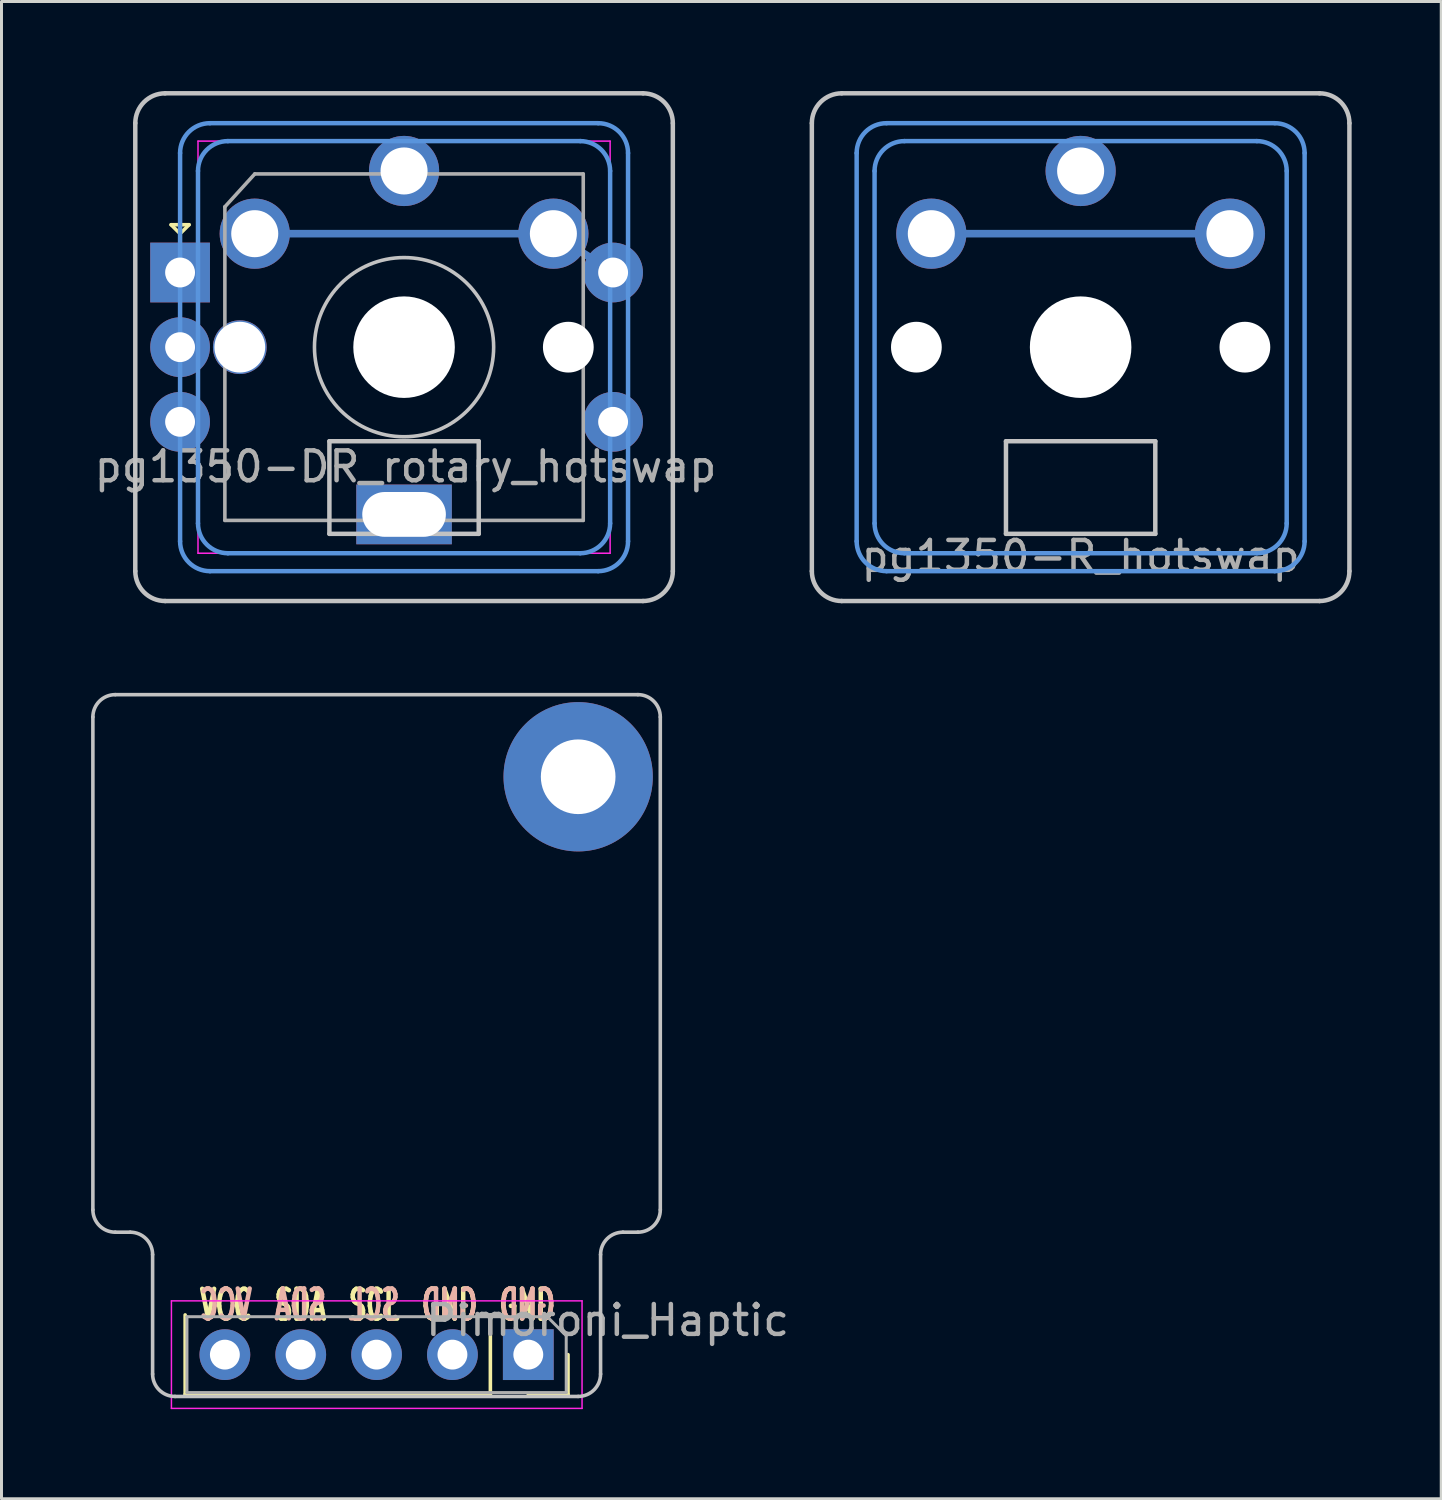
<source format=kicad_pcb>
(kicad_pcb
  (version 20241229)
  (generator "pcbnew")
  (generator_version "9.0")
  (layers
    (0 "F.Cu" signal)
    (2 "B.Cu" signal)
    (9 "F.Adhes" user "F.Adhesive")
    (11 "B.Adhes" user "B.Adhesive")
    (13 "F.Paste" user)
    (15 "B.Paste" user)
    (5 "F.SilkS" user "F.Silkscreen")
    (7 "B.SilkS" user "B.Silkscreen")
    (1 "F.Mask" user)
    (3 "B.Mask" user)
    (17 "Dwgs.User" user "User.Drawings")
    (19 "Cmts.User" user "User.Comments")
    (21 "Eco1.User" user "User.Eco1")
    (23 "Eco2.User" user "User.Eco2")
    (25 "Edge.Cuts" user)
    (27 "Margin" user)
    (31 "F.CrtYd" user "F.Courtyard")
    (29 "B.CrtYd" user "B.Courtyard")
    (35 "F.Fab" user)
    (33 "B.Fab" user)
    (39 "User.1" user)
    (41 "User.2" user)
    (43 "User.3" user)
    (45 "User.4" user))
  (footprint "Pimoroni_Haptic"
    (layer "F.Cu")
    (at 9.56 31.21)
    (property "Reference" "Pimoroni_Haptic" (at 7.735 9.95 180) (layer "F.Fab") (effects (font (size 1 1) (thickness 0.15))))
    (attr through_hole)
    (fp_line (start -6.41 9.77) (end -6.41 12.43) (stroke (width 0.12) (type solid)) (layer "F.SilkS"))
    (fp_line (start 3.81 9.77) (end 3.81 12.43) (stroke (width 0.12) (type solid)) (layer "F.SilkS"))
    (fp_line (start 3.81 12.43) (end -6.41 12.43) (stroke (width 0.12) (type solid)) (layer "F.SilkS"))
    (fp_line (start 5.08 12.43) (end 6.41 12.43) (stroke (width 0.12) (type solid)) (layer "F.SilkS"))
    (fp_line (start 6.41 11.1) (end 6.41 12.43) (stroke (width 0.12) (type solid)) (layer "F.SilkS"))
    (fp_line (start -9.5 -10.25) (end -9.5 6.25) (stroke (width 0.12) (type solid)) (layer "Dwgs.User"))
    (fp_line (start -8.25 7) (end -8.75 7) (stroke (width 0.12) (type solid)) (layer "Dwgs.User"))
    (fp_line (start -7.5 11.75) (end -7.5 7.75) (stroke (width 0.12) (type solid)) (layer "Dwgs.User"))
    (fp_line (start -6.75 12.5) (end 6.75 12.5) (stroke (width 0.12) (type solid)) (layer "Dwgs.User"))
    (fp_line (start 7.5 11.75) (end 7.5 7.75) (stroke (width 0.12) (type solid)) (layer "Dwgs.User"))
    (fp_line (start 8.25 7) (end 8.75 7) (stroke (width 0.12) (type solid)) (layer "Dwgs.User"))
    (fp_line (start 8.75 -11) (end -8.75 -11) (stroke (width 0.12) (type solid)) (layer "Dwgs.User"))
    (fp_line (start 9.5 -10.25) (end 9.5 6.25) (stroke (width 0.12) (type solid)) (layer "Dwgs.User"))
    (fp_arc (start -9.5 -10.25) (mid -9.28033 -10.78033) (end -8.75 -11) (stroke (width 0.12) (type solid)) (layer "Dwgs.User"))
    (fp_arc (start -8.75 7) (mid -9.28033 6.78033) (end -9.5 6.25) (stroke (width 0.12) (type solid)) (layer "Dwgs.User"))
    (fp_arc (start -8.25 7) (mid -7.71967 7.21967) (end -7.5 7.75) (stroke (width 0.12) (type solid)) (layer "Dwgs.User"))
    (fp_arc (start -6.75 12.5) (mid -7.28033 12.28033) (end -7.5 11.75) (stroke (width 0.12) (type solid)) (layer "Dwgs.User"))
    (fp_arc (start 7.5 7.75) (mid 7.71967 7.21967) (end 8.25 7) (stroke (width 0.12) (type solid)) (layer "Dwgs.User"))
    (fp_arc (start 7.5 11.75) (mid 7.28033 12.28033) (end 6.75 12.5) (stroke (width 0.12) (type solid)) (layer "Dwgs.User"))
    (fp_arc (start 8.75 -11) (mid 9.28033 -10.78033) (end 9.5 -10.25) (stroke (width 0.12) (type solid)) (layer "Dwgs.User"))
    (fp_arc (start 9.5 6.25) (mid 9.28033 6.78033) (end 8.75 7) (stroke (width 0.12) (type solid)) (layer "Dwgs.User"))
    (fp_line (start -6.87 9.3) (end -6.87 12.9) (stroke (width 0.05) (type solid)) (layer "F.CrtYd"))
    (fp_line (start -6.87 12.9) (end 6.88 12.9) (stroke (width 0.05) (type solid)) (layer "F.CrtYd"))
    (fp_line (start 6.88 9.3) (end -6.87 9.3) (stroke (width 0.05) (type solid)) (layer "F.CrtYd"))
    (fp_line (start 6.88 12.9) (end 6.88 9.3) (stroke (width 0.05) (type solid)) (layer "F.CrtYd"))
    (fp_line (start -6.35 9.83) (end 5.715 9.83) (stroke (width 0.1) (type solid)) (layer "F.Fab"))
    (fp_line (start -6.35 12.37) (end -6.35 9.83) (stroke (width 0.1) (type solid)) (layer "F.Fab"))
    (fp_line (start 5.715 9.83) (end 6.35 10.465) (stroke (width 0.1) (type solid)) (layer "F.Fab"))
    (fp_line (start 6.35 10.465) (end 6.35 12.37) (stroke (width 0.1) (type solid)) (layer "F.Fab"))
    (fp_line (start 6.35 12.37) (end -6.35 12.37) (stroke (width 0.1) (type solid)) (layer "F.Fab"))
    (fp_text user "SDA" (at -2.55 9.44 0) (layer "F.SilkS") (effects (font (size 1 0.6) (thickness 0.15))))
    (fp_text user "VCC" (at -5.04 9.44 0) (layer "F.SilkS") (effects (font (size 1 0.6) (thickness 0.15))))
    (fp_text user "SCL" (at -0.083 9.44 0) (layer "F.SilkS") (effects (font (size 1 0.6) (thickness 0.15))))
    (fp_text user "GND" (at 5.04 9.44 0) (layer "F.SilkS") (effects (font (size 1 0.6) (thickness 0.15))))
    (fp_text user "GND" (at 2.443 9.44 0) (layer "F.SilkS") (effects (font (size 1 0.6) (thickness 0.15))))
    (fp_text user "SDA" (at -2.555 9.43 0) (layer "B.SilkS") (effects (font (size 1 0.6) (thickness 0.15)) (justify mirror)))
    (fp_text user "VCC" (at -5.05 9.43 0) (layer "B.SilkS") (effects (font (size 1 0.6) (thickness 0.15)) (justify mirror)))
    (fp_text user "GND" (at 2.448 9.43 0) (layer "B.SilkS") (effects (font (size 1 0.6) (thickness 0.15)) (justify mirror)))
    (fp_text user "SCL" (at -0.083 9.43 0) (layer "B.SilkS") (effects (font (size 1 0.6) (thickness 0.15)) (justify mirror)))
    (fp_text user "GND" (at 5.05 9.43 0) (layer "B.SilkS") (effects (font (size 1 0.6) (thickness 0.15)) (justify mirror)))
    (pad "" thru_hole circle (at 6.75 -8.25) (size 5 5) (drill 2.5) (layers "*.Cu" "*.Mask"))
    (pad "1" thru_hole rect (at 5.08 11.1 270) (size 1.7 1.7) (drill 1) (layers "*.Cu" "*.Mask"))
    (pad "2" thru_hole oval (at 2.54 11.1 270) (size 1.7 1.7) (drill 1) (layers "*.Cu" "*.Mask"))
    (pad "3" thru_hole oval (at 0 11.1 270) (size 1.7 1.7) (drill 1) (layers "*.Cu" "*.Mask"))
    (pad "4" thru_hole oval (at -2.54 11.1 270) (size 1.7 1.7) (drill 1) (layers "*.Cu" "*.Mask"))
    (pad "5" thru_hole oval (at -5.08 11.1 270) (size 1.7 1.7) (drill 1) (layers "*.Cu" "*.Mask")))
  (footprint "pg1350-R_hotswap"
    (layer "F.Cu")
    (at 33.135 8.575)
    (property "Reference" "pg1350-R_hotswap" (at 0 7 180) (layer "F.Fab") (effects (font (size 1 1) (thickness 0.15))))
    (attr through_hole)
    (fp_line (start -9 7.5) (end -9 -7.5) (stroke (width 0.15) (type solid)) (layer "Dwgs.User"))
    (fp_line (start -8 -8.5) (end 8 -8.5) (stroke (width 0.15) (type solid)) (layer "Dwgs.User"))
    (fp_line (start -2.5 3.15) (end -2.5 6.25) (stroke (width 0.15) (type solid)) (layer "Dwgs.User"))
    (fp_line (start -2.5 6.25) (end 2.5 6.25) (stroke (width 0.15) (type solid)) (layer "Dwgs.User"))
    (fp_line (start 2.5 3.15) (end -2.5 3.15) (stroke (width 0.15) (type solid)) (layer "Dwgs.User"))
    (fp_line (start 2.5 6.25) (end 2.5 3.15) (stroke (width 0.15) (type solid)) (layer "Dwgs.User"))
    (fp_line (start 8 8.5) (end -8 8.5) (stroke (width 0.15) (type solid)) (layer "Dwgs.User"))
    (fp_line (start 9 -7.5) (end 9 7.5) (stroke (width 0.15) (type solid)) (layer "Dwgs.User"))
    (fp_arc (start -9 -7.5) (mid -8.707107 -8.207107) (end -8 -8.5) (stroke (width 0.15) (type solid)) (layer "Dwgs.User"))
    (fp_arc (start -8 8.5) (mid -8.707107 8.207107) (end -9 7.5) (stroke (width 0.15) (type solid)) (layer "Dwgs.User"))
    (fp_arc (start 8 -8.5) (mid 8.707107 -8.207107) (end 9 -7.5) (stroke (width 0.15) (type solid)) (layer "Dwgs.User"))
    (fp_arc (start 9 7.5) (mid 8.707107 8.207107) (end 8 8.5) (stroke (width 0.15) (type solid)) (layer "Dwgs.User"))
    (fp_line (start -7.5 6.5) (end -7.5 -6.5) (stroke (width 0.15) (type solid)) (layer "Cmts.User"))
    (fp_line (start -6.9 5.9) (end -6.9 -5.9) (stroke (width 0.15) (type solid)) (layer "Cmts.User"))
    (fp_line (start -6.5 -7.5) (end 6.5 -7.5) (stroke (width 0.15) (type solid)) (layer "Cmts.User"))
    (fp_line (start -5.9 -6.9) (end 5.9 -6.9) (stroke (width 0.15) (type solid)) (layer "Cmts.User"))
    (fp_line (start 5.9 6.9) (end -5.9 6.9) (stroke (width 0.15) (type solid)) (layer "Cmts.User"))
    (fp_line (start 6.5 7.5) (end -6.5 7.5) (stroke (width 0.15) (type solid)) (layer "Cmts.User"))
    (fp_line (start 6.9 -5.9) (end 6.9 5.9) (stroke (width 0.15) (type solid)) (layer "Cmts.User"))
    (fp_line (start 7.5 -6.5) (end 7.5 6.5) (stroke (width 0.15) (type solid)) (layer "Cmts.User"))
    (fp_arc (start -7.5 -6.5) (mid -7.207107 -7.207107) (end -6.5 -7.5) (stroke (width 0.15) (type solid)) (layer "Cmts.User"))
    (fp_arc (start -6.9 -5.9) (mid -6.607107 -6.607107) (end -5.9 -6.9) (stroke (width 0.15) (type solid)) (layer "Cmts.User"))
    (fp_arc (start -6.5 7.5) (mid -7.207107 7.207107) (end -7.5 6.5) (stroke (width 0.15) (type solid)) (layer "Cmts.User"))
    (fp_arc (start -5.9 6.9) (mid -6.607107 6.607107) (end -6.9 5.9) (stroke (width 0.15) (type solid)) (layer "Cmts.User"))
    (fp_arc (start 5.9 -6.9) (mid 6.607107 -6.607107) (end 6.9 -5.9) (stroke (width 0.15) (type solid)) (layer "Cmts.User"))
    (fp_arc (start 6.5 -7.5) (mid 7.207107 -7.207107) (end 7.5 -6.5) (stroke (width 0.15) (type solid)) (layer "Cmts.User"))
    (fp_arc (start 6.9 5.9) (mid 6.607107 6.607107) (end 5.9 6.9) (stroke (width 0.15) (type solid)) (layer "Cmts.User"))
    (fp_arc (start 7.5 6.5) (mid 7.207107 7.207107) (end 6.5 7.5) (stroke (width 0.15) (type solid)) (layer "Cmts.User"))
    (fp_line (start -8.75 7.25) (end -8.75 -7.25) (stroke (width 0.15) (type solid)) (layer "Eco2.User"))
    (fp_line (start -7.75 -8.25) (end 7.75 -8.25) (stroke (width 0.15) (type solid)) (layer "Eco2.User"))
    (fp_line (start 7.75 8.25) (end -7.75 8.25) (stroke (width 0.15) (type solid)) (layer "Eco2.User"))
    (fp_line (start 8.75 7.25) (end 8.75 -7.25) (stroke (width 0.15) (type solid)) (layer "Eco2.User"))
    (fp_arc (start -8.75 -7.25) (mid -8.457106 -7.957106) (end -7.75 -8.25) (stroke (width 0.15) (type solid)) (layer "Eco2.User"))
    (fp_arc (start -7.75 8.25) (mid -8.457106 7.957106) (end -8.75 7.25) (stroke (width 0.15) (type solid)) (layer "Eco2.User"))
    (fp_arc (start 7.75 -8.25) (mid 8.457106 -7.957106) (end 8.75 -7.25) (stroke (width 0.15) (type solid)) (layer "Eco2.User"))
    (fp_arc (start 8.75 7.25) (mid 8.457106 7.957106) (end 7.75 8.25) (stroke (width 0.15) (type solid)) (layer "Eco2.User"))
    (pad "" np_thru_hole circle (at -5.5 0) (size 1.7 1.7) (drill 1.7) (layers "*.Cu" "*.Mask"))
    (pad "" np_thru_hole circle (at 0 0) (size 3.4 3.4) (drill 3.4) (layers "*.Cu" "*.Mask"))
    (pad "" np_thru_hole circle (at 5.5 0) (size 1.7 1.7) (drill 1.7) (layers "*.Cu" "*.Mask"))
    (pad "1" thru_hole circle (at 0 -5.9) (size 2.35 2.35) (drill 1.575) (layers "*.Cu" "*.Mask"))
    (pad "2" connect custom (at -5 -3.8) (size 0.9 0.9) (layers "B.Cu") (options (anchor circle)) (primitives (gr_line (start 0 0) (end 10 0) (width 0.254))))
    (pad "2" thru_hole circle (at -5 -3.8) (size 2.35 2.35) (drill 1.575) (layers "*.Cu" "F.Mask"))
    (pad "2" thru_hole circle (at 5 -3.8) (size 2.35 2.35) (drill 1.575) (layers "*.Cu" "B.Mask")))
  (footprint "pg1350-DR_rotary_hotswap"
    (layer "F.Cu")
    (at 10.48 13.075)
    (property "Reference" "pg1350-DR_rotary_hotswap" (at 0.05 -0.5 0) (layer "F.Fab") (effects (font (size 1 1) (thickness 0.15))))
    (attr through_hole)
    (fp_line (start -7.8 -8.6) (end -7.2 -8.6) (stroke (width 0.12) (type solid)) (layer "F.SilkS"))
    (fp_line (start -7.5 -8.3) (end -7.8 -8.6) (stroke (width 0.12) (type solid)) (layer "F.SilkS"))
    (fp_line (start -7.2 -8.6) (end -7.5 -8.3) (stroke (width 0.12) (type solid)) (layer "F.SilkS"))
    (fp_line (start -9 3) (end -9 -12) (stroke (width 0.15) (type solid)) (layer "Dwgs.User"))
    (fp_line (start -8 -13) (end 8 -13) (stroke (width 0.15) (type solid)) (layer "Dwgs.User"))
    (fp_line (start -2.5 -1.35) (end -2.5 1.75) (stroke (width 0.15) (type solid)) (layer "Dwgs.User"))
    (fp_line (start -2.5 1.75) (end 2.5 1.75) (stroke (width 0.15) (type solid)) (layer "Dwgs.User"))
    (fp_line (start 2.5 -1.35) (end -2.5 -1.35) (stroke (width 0.15) (type solid)) (layer "Dwgs.User"))
    (fp_line (start 2.5 1.75) (end 2.5 -1.35) (stroke (width 0.15) (type solid)) (layer "Dwgs.User"))
    (fp_line (start 8 4) (end -8 4) (stroke (width 0.15) (type solid)) (layer "Dwgs.User"))
    (fp_line (start 9 -12) (end 9 3) (stroke (width 0.15) (type solid)) (layer "Dwgs.User"))
    (fp_arc (start -9 -12) (mid -8.707107 -12.707107) (end -8 -13) (stroke (width 0.15) (type solid)) (layer "Dwgs.User"))
    (fp_arc (start -8 4) (mid -8.707107 3.707107) (end -9 3) (stroke (width 0.15) (type solid)) (layer "Dwgs.User"))
    (fp_arc (start 8 -13) (mid 8.707107 -12.707107) (end 9 -12) (stroke (width 0.15) (type solid)) (layer "Dwgs.User"))
    (fp_arc (start 9 3) (mid 8.707107 3.707107) (end 8 4) (stroke (width 0.15) (type solid)) (layer "Dwgs.User"))
    (fp_circle (center 0 -4.5) (end 3 -4.5) (stroke (width 0.12) (type solid)) (fill no) (layer "Dwgs.User"))
    (fp_line (start -7.5 2) (end -7.5 -11) (stroke (width 0.15) (type solid)) (layer "Cmts.User"))
    (fp_line (start -6.9 1.4) (end -6.9 -10.4) (stroke (width 0.15) (type solid)) (layer "Cmts.User"))
    (fp_line (start -6.5 -12) (end 6.5 -12) (stroke (width 0.15) (type solid)) (layer "Cmts.User"))
    (fp_line (start -5.9 -11.4) (end 5.9 -11.4) (stroke (width 0.15) (type solid)) (layer "Cmts.User"))
    (fp_line (start 5.9 2.4) (end -5.9 2.4) (stroke (width 0.15) (type solid)) (layer "Cmts.User"))
    (fp_line (start 6.5 3) (end -6.5 3) (stroke (width 0.15) (type solid)) (layer "Cmts.User"))
    (fp_line (start 6.9 -10.4) (end 6.9 1.4) (stroke (width 0.15) (type solid)) (layer "Cmts.User"))
    (fp_line (start 7.5 -11) (end 7.5 2) (stroke (width 0.15) (type solid)) (layer "Cmts.User"))
    (fp_arc (start -7.5 -11) (mid -7.207107 -11.707107) (end -6.5 -12) (stroke (width 0.15) (type solid)) (layer "Cmts.User"))
    (fp_arc (start -6.9 -10.4) (mid -6.607107 -11.107107) (end -5.9 -11.4) (stroke (width 0.15) (type solid)) (layer "Cmts.User"))
    (fp_arc (start -6.5 3) (mid -7.207107 2.707107) (end -7.5 2) (stroke (width 0.15) (type solid)) (layer "Cmts.User"))
    (fp_arc (start -5.9 2.4) (mid -6.607107 2.107107) (end -6.9 1.4) (stroke (width 0.15) (type solid)) (layer "Cmts.User"))
    (fp_arc (start 5.9 -11.4) (mid 6.607107 -11.107107) (end 6.9 -10.4) (stroke (width 0.15) (type solid)) (layer "Cmts.User"))
    (fp_arc (start 6.5 -12) (mid 7.207107 -11.707107) (end 7.5 -11) (stroke (width 0.15) (type solid)) (layer "Cmts.User"))
    (fp_arc (start 6.9 1.4) (mid 6.607107 2.107107) (end 5.9 2.4) (stroke (width 0.15) (type solid)) (layer "Cmts.User"))
    (fp_arc (start 7.5 2) (mid 7.207107 2.707107) (end 6.5 3) (stroke (width 0.15) (type solid)) (layer "Cmts.User"))
    (fp_line (start -8.707 2.793) (end -8.707 -11.707) (stroke (width 0.15) (type solid)) (layer "Eco2.User"))
    (fp_line (start -7.707 -12.707) (end 7.793 -12.707) (stroke (width 0.15) (type solid)) (layer "Eco2.User"))
    (fp_line (start 7.793 3.793) (end -7.707 3.793) (stroke (width 0.15) (type solid)) (layer "Eco2.User"))
    (fp_line (start 8.793 2.793) (end 8.793 -11.707) (stroke (width 0.15) (type solid)) (layer "Eco2.User"))
    (fp_arc (start -8.707107 -11.707106) (mid -8.414213 -12.414212) (end -7.707107 -12.707106) (stroke (width 0.15) (type solid)) (layer "Eco2.User"))
    (fp_arc (start -7.707107 3.792894) (mid -8.414213 3.5) (end -8.707107 2.792894) (stroke (width 0.15) (type solid)) (layer "Eco2.User"))
    (fp_arc (start 7.792893 -12.707106) (mid 8.499999 -12.414212) (end 8.792893 -11.707106) (stroke (width 0.15) (type solid)) (layer "Eco2.User"))
    (fp_arc (start 8.792893 2.792894) (mid 8.499999 3.5) (end 7.792893 3.792894) (stroke (width 0.15) (type solid)) (layer "Eco2.User"))
    (fp_line (start -6.9 -11.4) (end -6.9 2.4) (stroke (width 0.05) (type solid)) (layer "F.CrtYd"))
    (fp_line (start -6.9 -11.4) (end 6.9 -11.4) (stroke (width 0.05) (type solid)) (layer "F.CrtYd"))
    (fp_line (start 6.9 2.4) (end -6.9 2.4) (stroke (width 0.05) (type solid)) (layer "F.CrtYd"))
    (fp_line (start 6.9 2.4) (end 6.9 -11.4) (stroke (width 0.05) (type solid)) (layer "F.CrtYd"))
    (fp_line (start -6 -9.2) (end -5 -10.3) (stroke (width 0.12) (type solid)) (layer "F.Fab"))
    (fp_line (start -6 1.3) (end -6 -9.2) (stroke (width 0.12) (type solid)) (layer "F.Fab"))
    (fp_line (start -5 -10.3) (end 6 -10.3) (stroke (width 0.12) (type solid)) (layer "F.Fab"))
    (fp_line (start 6 -10.3) (end 6 1.3) (stroke (width 0.12) (type solid)) (layer "F.Fab"))
    (fp_line (start 6 1.3) (end -6 1.3) (stroke (width 0.12) (type solid)) (layer "F.Fab"))
    (pad "" np_thru_hole circle (at 0 -4.5) (size 3.4 3.4) (drill 3.4) (layers "*.Cu" "*.Mask"))
    (pad "" np_thru_hole rect (at 0 1.1) (size 3.2 2) (drill oval 2.8 1.5) (layers "*.Cu" "*.Mask"))
    (pad "" np_thru_hole circle (at 5.5 -4.5) (size 1.7 1.7) (drill 1.7) (layers "*.Cu" "*.Mask"))
    (pad "A" thru_hole rect (at -7.5 -7) (size 2 2) (drill 1) (layers "*.Cu" "*.Mask"))
    (pad "B" thru_hole circle (at -7.5 -2) (size 2 2) (drill 1) (layers "*.Cu" "*.Mask"))
    (pad "C" thru_hole circle (at -7.5 -4.5) (size 2 2) (drill 1) (layers "*.Cu" "*.Mask"))
    (pad "C" thru_hole circle (at -5.5 -4.5) (size 1.8 1.8) (drill 1.7) (layers "*.Cu" "*.Mask"))
    (pad "S1" thru_hole circle (at 0 -10.4) (size 2.35 2.35) (drill 1.575) (layers "*.Cu" "*.Mask"))
    (pad "S1" thru_hole circle (at 7 -2) (size 2 2) (drill 1) (layers "*.Cu" "*.Mask"))
    (pad "S2" connect custom (at -5 -8.3) (size 0.9 0.9) (layers "B.Cu") (options (anchor circle)) (primitives (gr_line (start 0 0) (end 10 0) (width 0.254))))
    (pad "S2" thru_hole circle (at -5 -8.3) (size 2.35 2.35) (drill 1.575) (layers "*.Cu" "F.Mask"))
    (pad "S2" connect custom (at 5 -8.3) (size 0.9 0.9) (layers "B.Cu") (options (anchor circle)) (primitives (gr_line (start 0 0) (end 2 1.3) (width 0.254))))
    (pad "S2" thru_hole circle (at 5 -8.3) (size 2.35 2.35) (drill 1.575) (layers "*.Cu" "B.Mask"))
    (pad "S2" thru_hole circle (at 7 -7) (size 2 2) (drill 1) (layers "*.Cu" "*.Mask")))
  (gr_rect
    (start -3 -3)
    (end 45.21 47.135)
    (stroke (width 0.1) (type default))
    (fill no)
    (layer "Edge.Cuts")))
</source>
